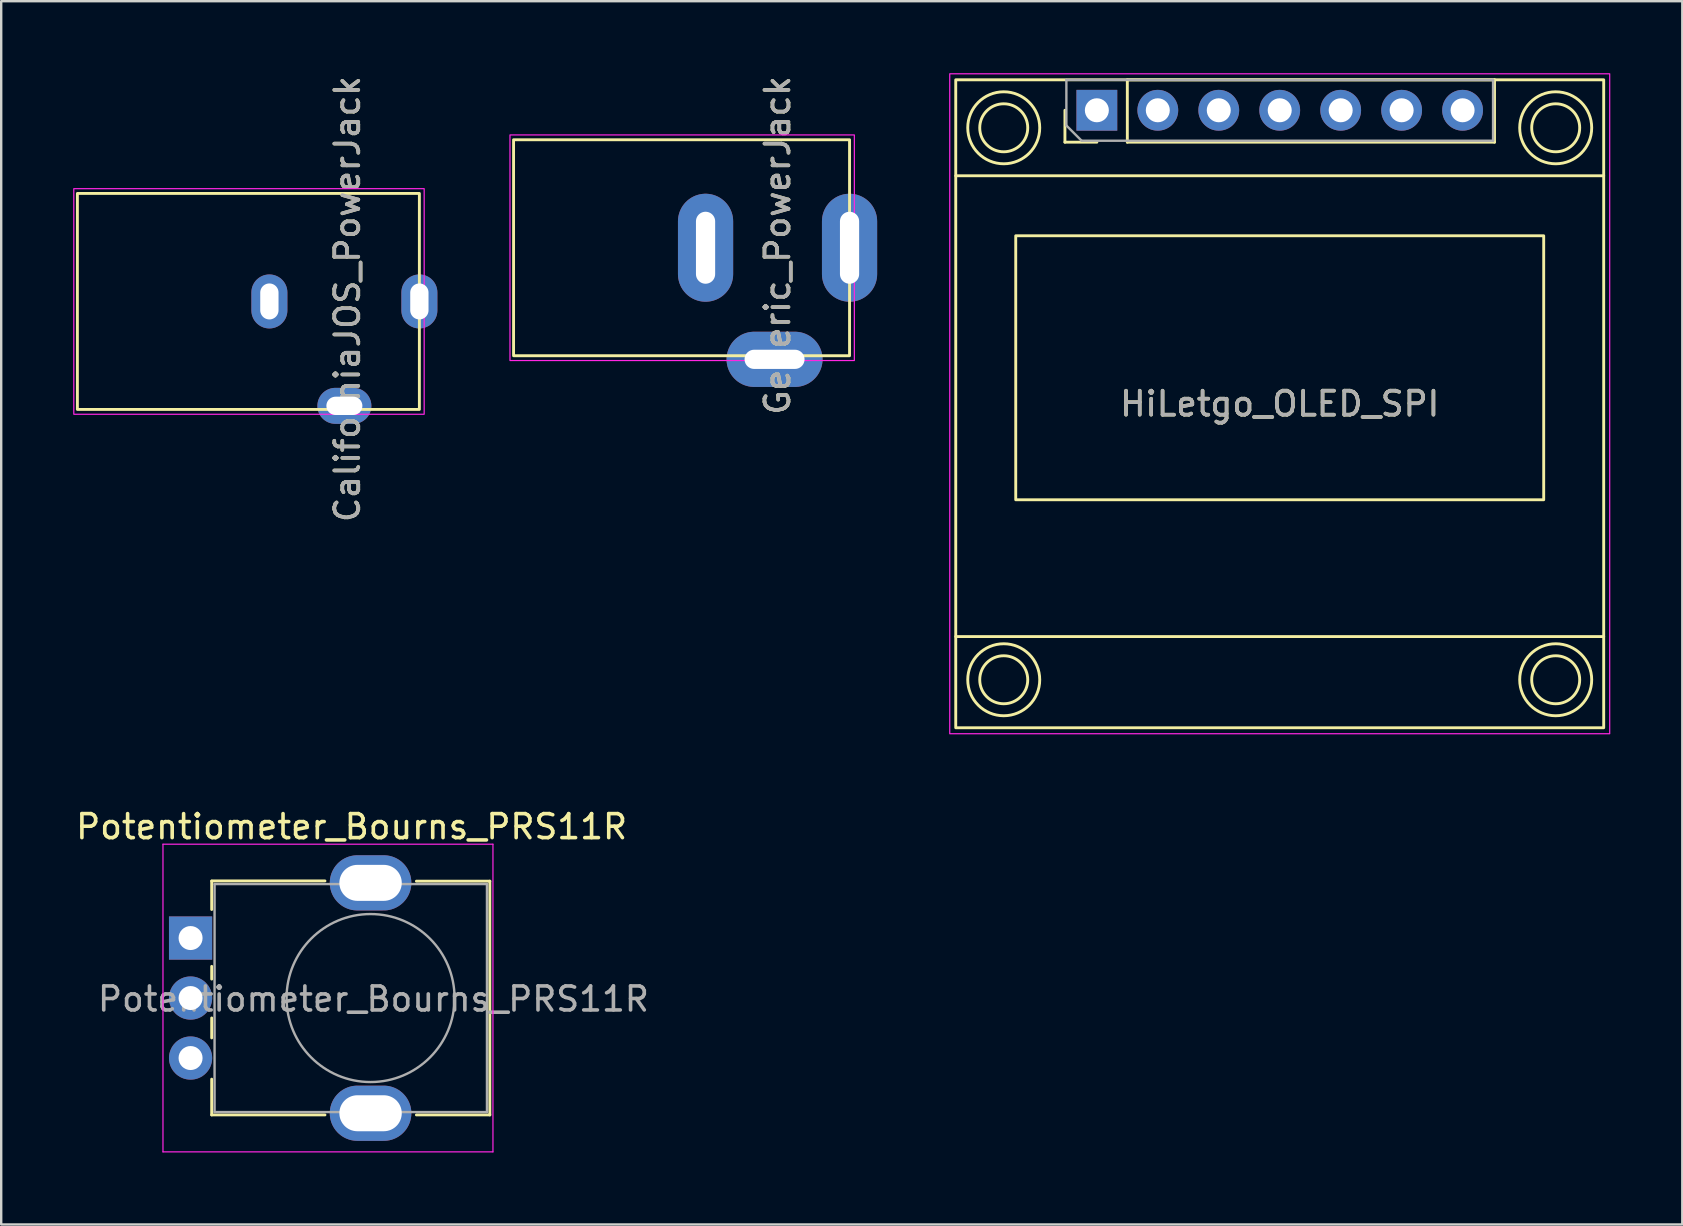
<source format=kicad_pcb>
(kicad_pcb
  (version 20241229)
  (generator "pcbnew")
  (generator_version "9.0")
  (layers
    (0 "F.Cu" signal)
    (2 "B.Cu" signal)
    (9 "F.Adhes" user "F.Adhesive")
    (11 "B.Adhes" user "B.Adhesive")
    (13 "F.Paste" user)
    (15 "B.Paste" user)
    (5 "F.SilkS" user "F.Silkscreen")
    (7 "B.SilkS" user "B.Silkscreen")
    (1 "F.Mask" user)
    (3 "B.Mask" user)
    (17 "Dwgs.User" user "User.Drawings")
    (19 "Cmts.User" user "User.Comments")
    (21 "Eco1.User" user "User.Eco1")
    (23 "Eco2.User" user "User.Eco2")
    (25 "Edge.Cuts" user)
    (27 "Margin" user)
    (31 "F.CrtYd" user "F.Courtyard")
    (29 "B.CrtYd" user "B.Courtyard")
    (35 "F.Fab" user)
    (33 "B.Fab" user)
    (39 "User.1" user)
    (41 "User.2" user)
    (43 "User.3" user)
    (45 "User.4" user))
  (footprint "HiLetgo_OLED_SPI"
    (layer "F.Cu")
    (at 50.275 13.775)
    (property "Reference" "HiLetgo_OLED_SPI" (at 0 0 0) (unlocked yes) (layer "F.SilkS") (effects (font (size 1 1) (thickness 0.15))))
    (attr through_hole)
    (fp_line (start -13.5 -9.5) (end 13.5 -9.5) (stroke (width 0.12) (type solid)) (layer "F.SilkS"))
    (fp_line (start -13.5 9.7) (end 13.5 9.7) (stroke (width 0.12) (type solid)) (layer "F.SilkS"))
    (fp_line (start -8.95 -10.9) (end -8.95 -12.23) (stroke (width 0.12) (type solid)) (layer "F.SilkS"))
    (fp_line (start -7.62 -10.9) (end -8.95 -10.9) (stroke (width 0.12) (type solid)) (layer "F.SilkS"))
    (fp_line (start -6.35 -13.5) (end 8.95 -13.5) (stroke (width 0.12) (type solid)) (layer "F.SilkS"))
    (fp_line (start -6.35 -10.9) (end -6.35 -13.5) (stroke (width 0.12) (type solid)) (layer "F.SilkS"))
    (fp_line (start -6.35 -10.9) (end 8.95 -10.9) (stroke (width 0.12) (type solid)) (layer "F.SilkS"))
    (fp_line (start 8.95 -10.9) (end 8.95 -13.5) (stroke (width 0.12) (type solid)) (layer "F.SilkS"))
    (fp_rect (start -13.5 -13.5) (end 13.5 13.5) (stroke (width 0.12) (type solid)) (fill no) (layer "F.SilkS"))
    (fp_rect (start -11 -7) (end 11 4) (stroke (width 0.12) (type solid)) (fill no) (layer "F.SilkS"))
    (fp_circle (center -11.5 -11.5) (end -13 -11.5) (stroke (width 0.12) (type solid)) (fill no) (layer "F.SilkS"))
    (fp_circle (center -11.5 -11.5) (end -10.5 -11.5) (stroke (width 0.12) (type solid)) (fill no) (layer "F.SilkS"))
    (fp_circle (center -11.5 11.5) (end -10.5 11.5) (stroke (width 0.12) (type solid)) (fill no) (layer "F.SilkS"))
    (fp_circle (center -11.5 11.5) (end -10 11.5) (stroke (width 0.12) (type solid)) (fill no) (layer "F.SilkS"))
    (fp_circle (center 11.5 -11.5) (end 12.5 -11.5) (stroke (width 0.12) (type solid)) (fill no) (layer "F.SilkS"))
    (fp_circle (center 11.5 -11.5) (end 13 -11.5) (stroke (width 0.12) (type solid)) (fill no) (layer "F.SilkS"))
    (fp_circle (center 11.5 11.5) (end 12.5 11.5) (stroke (width 0.12) (type solid)) (fill no) (layer "F.SilkS"))
    (fp_circle (center 11.5 11.5) (end 13 11.5) (stroke (width 0.12) (type solid)) (fill no) (layer "F.SilkS"))
    (fp_rect (start -13.75 -13.75) (end 13.75 13.75) (stroke (width 0.05) (type solid)) (fill no) (layer "F.CrtYd"))
    (fp_line (start -8.89 -13.5) (end 8.89 -13.5) (stroke (width 0.1) (type solid)) (layer "F.Fab"))
    (fp_line (start -8.89 -11.595) (end -8.89 -13.5) (stroke (width 0.1) (type solid)) (layer "F.Fab"))
    (fp_line (start -8.255 -10.96) (end -8.89 -11.595) (stroke (width 0.1) (type solid)) (layer "F.Fab"))
    (fp_line (start 8.89 -13.5) (end 8.89 -10.96) (stroke (width 0.1) (type solid)) (layer "F.Fab"))
    (fp_line (start 8.89 -10.96) (end -8.255 -10.96) (stroke (width 0.1) (type solid)) (layer "F.Fab"))
    (fp_text user "${REFERENCE}" (at 0 0 180) (layer "F.Fab") (effects (font (size 1 1) (thickness 0.15))))
    (pad "1" thru_hole rect (at -7.62 -12.23 90) (size 1.7 1.7) (drill 1) (layers "*.Cu" "*.Mask"))
    (pad "2" thru_hole oval (at -5.08 -12.23 90) (size 1.7 1.7) (drill 1) (layers "*.Cu" "*.Mask"))
    (pad "3" thru_hole oval (at -2.54 -12.23 90) (size 1.7 1.7) (drill 1) (layers "*.Cu" "*.Mask"))
    (pad "4" thru_hole oval (at 0 -12.23 90) (size 1.7 1.7) (drill 1) (layers "*.Cu" "*.Mask"))
    (pad "5" thru_hole oval (at 2.54 -12.23 90) (size 1.7 1.7) (drill 1) (layers "*.Cu" "*.Mask"))
    (pad "6" thru_hole oval (at 5.08 -12.23 90) (size 1.7 1.7) (drill 1) (layers "*.Cu" "*.Mask"))
    (pad "7" thru_hole oval (at 7.62 -12.23 90) (size 1.7 1.7) (drill 1) (layers "*.Cu" "*.Mask")))
  (footprint "CaliforniaJOS_PowerJack"
    (layer "F.Cu")
    (at 14.425 9.511)
    (property "Reference" "CaliforniaJOS_PowerJack" (at -3 -0.1 90) (unlocked yes) (layer "F.SilkS") (effects (font (size 1 1) (thickness 0.15))))
    (attr through_hole)
    (fp_rect (start -14.25 -4.5) (end 0 4.5) (stroke (width 0.12) (type solid)) (fill no) (layer "F.SilkS"))
    (fp_rect (start -14.4 -4.7) (end 0.2 4.7) (stroke (width 0.05) (type solid)) (fill no) (layer "F.CrtYd"))
    (fp_text user "${REFERENCE}" (at -3 -0.1 90) (unlocked yes) (layer "F.Fab") (effects (font (size 1 1) (thickness 0.15))))
    (pad "1" thru_hole oval (at 0 0) (size 1.5 2.25) (drill oval 0.762 1.5) (layers "*.Cu" "*.Mask"))
    (pad "2" thru_hole oval (at -6.25 0) (size 1.5 2.25) (drill oval 0.762 1.5) (layers "*.Cu" "*.Mask"))
    (pad "3" thru_hole oval (at -3.125 4.35 90) (size 1.5 2.25) (drill oval 0.762 1.5) (layers "*.Cu" "*.Mask")))
  (footprint "Potentiometer_Bourns_PRS11R"
    (layer "F.Cu")
    (at 4.891 36.038)
    (property "Reference" "Potentiometer_Bourns_PRS11R" (at 6.71 -4.64 180) (layer "F.SilkS") (effects (font (size 1 1) (thickness 0.15))))
    (attr through_hole)
    (fp_line (start 0.88 -2.38) (end 5.6 -2.38) (stroke (width 0.12) (type solid)) (layer "F.SilkS"))
    (fp_line (start 0.88 -1.19) (end 0.88 -2.37) (stroke (width 0.12) (type solid)) (layer "F.SilkS"))
    (fp_line (start 0.88 1.71) (end 0.88 1.18) (stroke (width 0.12) (type solid)) (layer "F.SilkS"))
    (fp_line (start 0.88 4.16) (end 0.88 3.33) (stroke (width 0.12) (type solid)) (layer "F.SilkS"))
    (fp_line (start 0.88 7.37) (end 0.88 5.88) (stroke (width 0.12) (type solid)) (layer "F.SilkS"))
    (fp_line (start 0.88 7.37) (end 5.6 7.37) (stroke (width 0.12) (type solid)) (layer "F.SilkS"))
    (fp_line (start 9.41 -2.37) (end 12.47 -2.37) (stroke (width 0.12) (type solid)) (layer "F.SilkS"))
    (fp_line (start 9.41 7.37) (end 12.47 7.37) (stroke (width 0.12) (type solid)) (layer "F.SilkS"))
    (fp_line (start 12.47 7.37) (end 12.47 -2.37) (stroke (width 0.12) (type solid)) (layer "F.SilkS"))
    (fp_line (start -1.15 -3.91) (end -1.15 8.91) (stroke (width 0.05) (type solid)) (layer "F.CrtYd"))
    (fp_line (start -1.15 8.91) (end 12.6 8.91) (stroke (width 0.05) (type solid)) (layer "F.CrtYd"))
    (fp_line (start 12.6 -3.91) (end -1.15 -3.91) (stroke (width 0.05) (type solid)) (layer "F.CrtYd"))
    (fp_line (start 12.6 8.91) (end 12.6 -3.91) (stroke (width 0.05) (type solid)) (layer "F.CrtYd"))
    (fp_line (start 1 -2.25) (end 12.35 -2.25) (stroke (width 0.1) (type solid)) (layer "F.Fab"))
    (fp_line (start 1 7.25) (end 1 -2.25) (stroke (width 0.1) (type solid)) (layer "F.Fab"))
    (fp_line (start 1 7.25) (end 12.35 7.25) (stroke (width 0.1) (type solid)) (layer "F.Fab"))
    (fp_line (start 12.35 7.25) (end 12.35 -2.25) (stroke (width 0.1) (type solid)) (layer "F.Fab"))
    (fp_circle (center 7.5 2.5) (end 7.5 -1) (stroke (width 0.1) (type solid)) (fill no) (layer "F.Fab"))
    (fp_text user "${REFERENCE}" (at 7.62 2.54 0) (layer "F.Fab") (effects (font (size 1 1) (thickness 0.15))))
    (pad "" thru_hole oval (at 7.5 -2.3 90) (size 2.3 3.4) (drill oval 1.5 2.6) (layers "*.Cu" "*.Mask"))
    (pad "" thru_hole oval (at 7.5 7.3 90) (size 2.3 3.4) (drill oval 1.5 2.6) (layers "*.Cu" "*.Mask"))
    (pad "1" thru_hole rect (at 0 0 90) (size 1.8 1.8) (drill 1) (layers "*.Cu" "*.Mask"))
    (pad "2" thru_hole circle (at 0 2.5 90) (size 1.8 1.8) (drill 1) (layers "*.Cu" "*.Mask"))
    (pad "3" thru_hole circle (at 0 5 90) (size 1.8 1.8) (drill 1) (layers "*.Cu" "*.Mask")))
  (footprint "Generic_PowerJack"
    (layer "F.Cu")
    (at 32.35 7.273)
    (property "Reference" "Generic_PowerJack" (at -3 -0.1 90) (unlocked yes) (layer "F.SilkS") (effects (font (size 1 1) (thickness 0.15))))
    (attr through_hole)
    (fp_rect (start -14 -4.5) (end 0 4.5) (stroke (width 0.12) (type solid)) (fill no) (layer "F.SilkS"))
    (fp_rect (start -14.15 -4.7) (end 0.2 4.7) (stroke (width 0.05) (type solid)) (fill no) (layer "F.CrtYd"))
    (fp_text user "${REFERENCE}" (at -3 -0.1 90) (unlocked yes) (layer "F.Fab") (effects (font (size 1 1) (thickness 0.15))))
    (pad "1" thru_hole oval (at 0 0) (size 2.3 4.5) (drill oval 0.8 3) (layers "*.Cu" "*.Mask"))
    (pad "2" thru_hole oval (at -6 0) (size 2.3 4.5) (drill oval 0.8 3) (layers "*.Cu" "*.Mask"))
    (pad "3" thru_hole oval (at -3.125 4.65 90) (size 2.3 4) (drill oval 0.8 2.5) (layers "*.Cu" "*.Mask")))
  (gr_rect
    (start -3 -3)
    (end 67.05 47.973)
    (stroke (width 0.1) (type default))
    (fill no)
    (layer "Edge.Cuts")))
</source>
